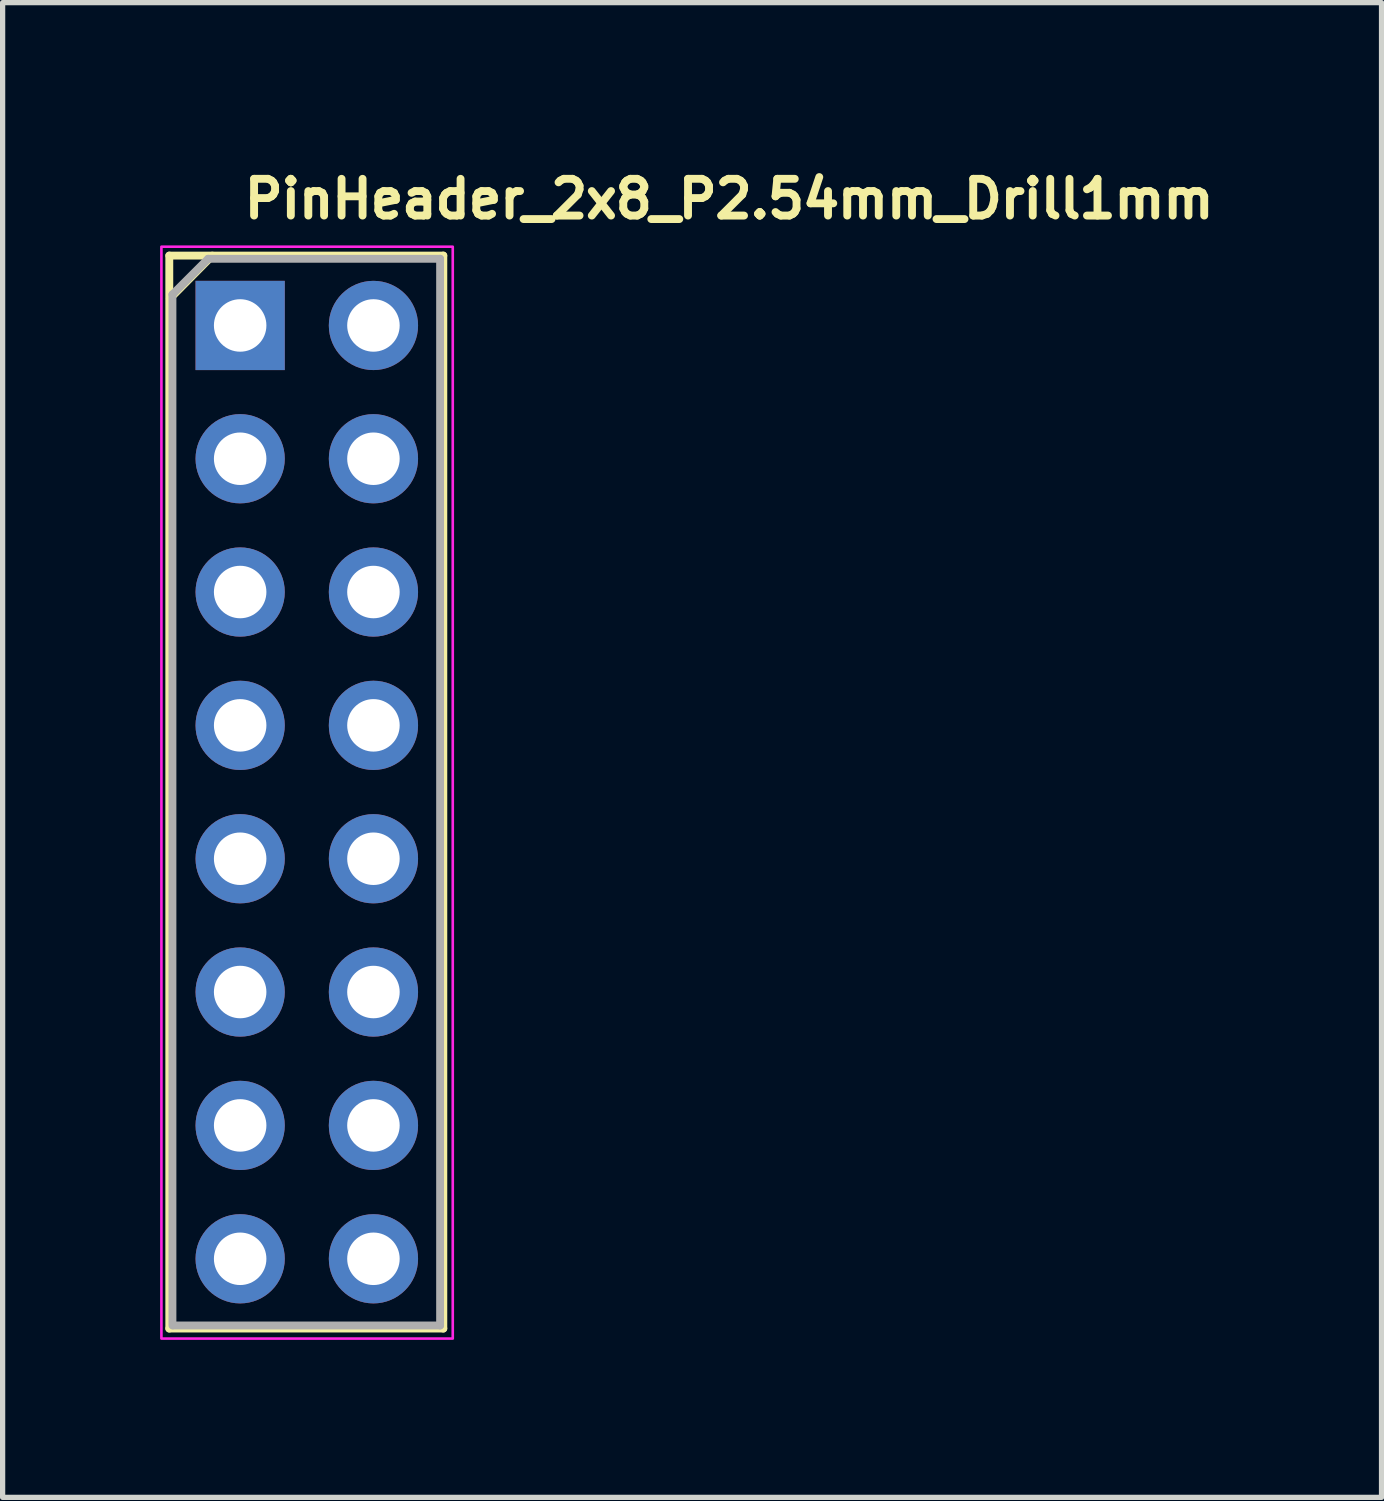
<source format=kicad_pcb>
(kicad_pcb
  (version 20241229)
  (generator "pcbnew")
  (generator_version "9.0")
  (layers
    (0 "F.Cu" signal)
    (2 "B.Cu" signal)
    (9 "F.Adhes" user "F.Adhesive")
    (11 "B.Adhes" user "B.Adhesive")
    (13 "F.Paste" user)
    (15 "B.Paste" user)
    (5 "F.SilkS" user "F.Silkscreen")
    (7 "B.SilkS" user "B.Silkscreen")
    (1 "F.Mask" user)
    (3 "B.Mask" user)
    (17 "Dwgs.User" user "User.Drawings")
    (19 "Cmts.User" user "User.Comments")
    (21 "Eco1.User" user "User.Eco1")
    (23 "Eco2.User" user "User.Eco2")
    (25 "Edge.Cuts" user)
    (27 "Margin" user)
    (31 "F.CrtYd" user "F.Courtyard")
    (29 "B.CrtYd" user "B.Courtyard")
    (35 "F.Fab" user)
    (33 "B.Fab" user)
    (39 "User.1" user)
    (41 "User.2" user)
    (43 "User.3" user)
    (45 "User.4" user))
  (footprint "PinHeader_2x8_P2.54mm_Drill1mm"
    (layer "F.Cu")
    (at 1.525 3.15)
    (property "Reference" "PinHeader_2x8_P2.54mm_Drill1mm" (at 0 -2 0) (layer "F.SilkS") (effects (font (size 0.7 0.7) (thickness 0.15)) (justify left bottom)))
    (attr through_hole)
    (fp_line (start -1.35 -1.331) (end -1.35 19.109) (stroke (width 0.15) (type solid)) (layer "F.SilkS"))
    (fp_line (start -1.35 -1.331) (end 3.87 -1.331) (stroke (width 0.15) (type solid)) (layer "F.SilkS"))
    (fp_line (start -1.35 19.109) (end 3.87 19.109) (stroke (width 0.15) (type solid)) (layer "F.SilkS"))
    (fp_line (start -1.34 -0.51) (end -0.53 -1.33) (stroke (width 0.15) (type solid)) (layer "F.SilkS"))
    (fp_line (start 3.87 -1.331) (end 3.87 19.109) (stroke (width 0.15) (type solid)) (layer "F.SilkS"))
    (fp_rect (start -1.5 -1.5) (end 4.05 19.3) (stroke (width 0.05) (type solid)) (fill no) (layer "F.CrtYd"))
    (fp_line (start -1.29 -0.59) (end -0.61 -1.27) (stroke (width 0.15) (type solid)) (layer "F.Fab"))
    (fp_line (start -1.29 19.05) (end -1.29 -0.59) (stroke (width 0.15) (type solid)) (layer "F.Fab"))
    (fp_line (start -0.61 -1.27) (end 3.809 -1.27) (stroke (width 0.15) (type solid)) (layer "F.Fab"))
    (fp_line (start 3.809 -1.27) (end 3.809 19.05) (stroke (width 0.15) (type solid)) (layer "F.Fab"))
    (fp_line (start 3.809 19.05) (end -1.27 19.05) (stroke (width 0.15) (type solid)) (layer "F.Fab"))
    (pad "1" thru_hole rect (at 0 0) (size 1.7 1.7) (drill 1) (layers "*.Cu" "*.Mask"))
    (pad "2" thru_hole oval (at 2.539 0) (size 1.7 1.7) (drill 1) (layers "*.Cu" "*.Mask"))
    (pad "3" thru_hole oval (at 0 2.539) (size 1.7 1.7) (drill 1) (layers "*.Cu" "*.Mask"))
    (pad "4" thru_hole oval (at 2.539 2.539) (size 1.7 1.7) (drill 1) (layers "*.Cu" "*.Mask"))
    (pad "5" thru_hole oval (at 0 5.078) (size 1.7 1.7) (drill 1) (layers "*.Cu" "*.Mask"))
    (pad "6" thru_hole oval (at 2.539 5.078) (size 1.7 1.7) (drill 1) (layers "*.Cu" "*.Mask"))
    (pad "7" thru_hole oval (at 0 7.618) (size 1.7 1.7) (drill 1) (layers "*.Cu" "*.Mask"))
    (pad "8" thru_hole oval (at 2.539 7.618) (size 1.7 1.7) (drill 1) (layers "*.Cu" "*.Mask"))
    (pad "9" thru_hole oval (at 0 10.159) (size 1.7 1.7) (drill 1) (layers "*.Cu" "*.Mask"))
    (pad "10" thru_hole oval (at 2.539 10.159) (size 1.7 1.7) (drill 1) (layers "*.Cu" "*.Mask"))
    (pad "11" thru_hole oval (at 0 12.698) (size 1.7 1.7) (drill 1) (layers "*.Cu" "*.Mask"))
    (pad "12" thru_hole oval (at 2.539 12.698) (size 1.7 1.7) (drill 1) (layers "*.Cu" "*.Mask"))
    (pad "13" thru_hole oval (at 0 15.239) (size 1.7 1.7) (drill 1) (layers "*.Cu" "*.Mask"))
    (pad "14" thru_hole oval (at 2.539 15.239) (size 1.7 1.7) (drill 1) (layers "*.Cu" "*.Mask"))
    (pad "15" thru_hole oval (at 0 17.78) (size 1.7 1.7) (drill 1) (layers "*.Cu" "*.Mask"))
    (pad "16" thru_hole oval (at 2.539 17.78) (size 1.7 1.7) (drill 1) (layers "*.Cu" "*.Mask")))
  (gr_rect
    (start -3 -3)
    (end 23.268 25.475)
    (stroke (width 0.1) (type default))
    (fill no)
    (layer "Edge.Cuts")))
</source>
